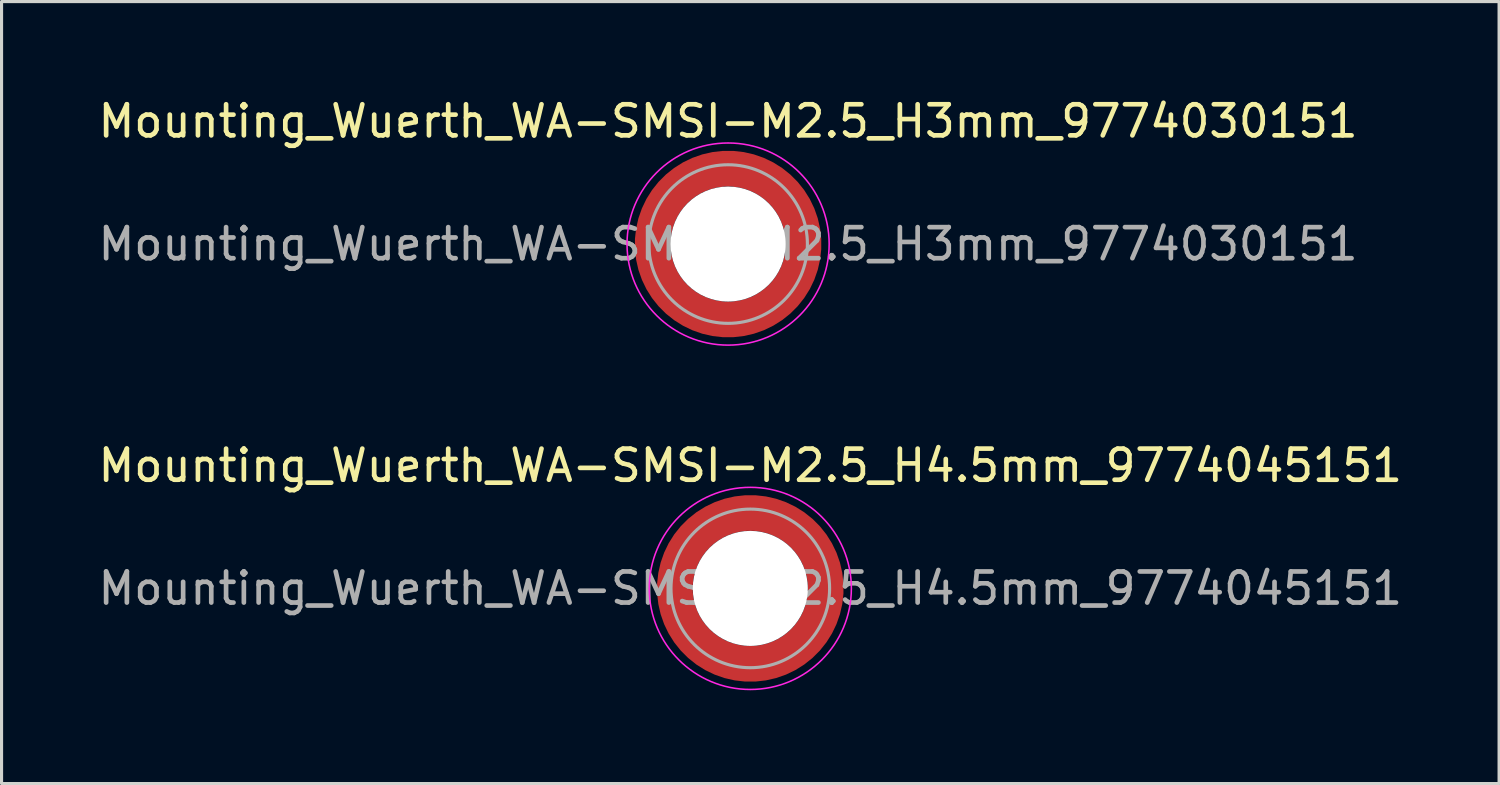
<source format=kicad_pcb>
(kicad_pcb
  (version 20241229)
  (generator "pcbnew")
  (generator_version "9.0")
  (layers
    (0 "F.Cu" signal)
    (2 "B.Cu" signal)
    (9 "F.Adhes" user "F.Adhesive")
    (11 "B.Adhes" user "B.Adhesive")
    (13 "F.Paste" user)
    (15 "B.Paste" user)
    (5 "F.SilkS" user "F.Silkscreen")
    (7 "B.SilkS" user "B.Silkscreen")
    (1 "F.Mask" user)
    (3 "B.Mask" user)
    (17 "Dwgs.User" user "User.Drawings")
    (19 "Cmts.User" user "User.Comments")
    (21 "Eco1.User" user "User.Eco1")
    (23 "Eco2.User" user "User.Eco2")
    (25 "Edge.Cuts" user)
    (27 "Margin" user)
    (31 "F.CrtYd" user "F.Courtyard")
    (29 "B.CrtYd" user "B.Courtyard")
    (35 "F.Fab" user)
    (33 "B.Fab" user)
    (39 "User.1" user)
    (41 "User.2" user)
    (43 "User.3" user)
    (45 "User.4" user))
  (footprint "Mounting_Wuerth_WA-SMSI-M2.5_H3mm_9774030151"
    (layer "F.Cu")
    (at 20.363 4.798)
    (property "Reference" "Mounting_Wuerth_WA-SMSI-M2.5_H3mm_9774030151" (at 0 -3.95 0) (layer "F.SilkS") (effects (font (size 1 1) (thickness 0.15))))
    (attr smd allow_soldermask_bridges)
    (fp_circle (center 0 0) (end 3.25 0) (stroke (width 0.05) (type solid)) (fill no) (layer "F.CrtYd"))
    (fp_circle (center 0 0) (end 2.55 0) (stroke (width 0.1) (type solid)) (fill no) (layer "F.Fab"))
    (fp_text user "${REFERENCE}" (at 0 0 0) (layer "F.Fab") (effects (font (size 1 1) (thickness 0.15))))
    (pad "" smd custom (at -1.704 -1.704) (size 0.51 0.51) (layers "F.Paste") (options (anchor circle)) (primitives (gr_arc (start -0.250195 1.279127) (mid 0.289914 0.289914) (end 1.279127 -0.250195) (width 0.2)) (gr_arc (start -0.34334 1.279127) (mid 0.225488 0.225488) (end 1.279127 -0.34334) (width 0.2)) (gr_arc (start -0.436309 1.279127) (mid 0.161063 0.161063) (end 1.279127 -0.436309) (width 0.2)) (gr_arc (start -0.529126 1.279127) (mid 0.096638 0.096638) (end 1.279127 -0.529126) (width 0.2)) (gr_arc (start -0.621807 1.279127) (mid 0.032213 0.032213) (end 1.279127 -0.621807) (width 0.2)) (gr_arc (start -0.71437 1.279127) (mid -0.032213 -0.032213) (end 1.279127 -0.71437) (width 0.2)) (gr_arc (start -0.806826 1.279127) (mid -0.096638 -0.096638) (end 1.279127 -0.806826) (width 0.2)) (gr_arc (start -0.899187 1.279127) (mid -0.161063 -0.161063) (end 1.279127 -0.899187) (width 0.2)) (gr_arc (start -0.991463 1.279127) (mid -0.225488 -0.225488) (end 1.279127 -0.991463) (width 0.2)) (gr_arc (start -1.083663 1.279127) (mid -0.289914 -0.289914) (end 1.279127 -1.083663) (width 0.2)) (gr_line (start 1.279 -0.25) (end 1.279 -1.084) (width 0.2)) (gr_line (start -0.25 1.279) (end -1.084 1.279) (width 0.2))))
    (pad "" smd custom (at -1.704 1.704) (size 0.51 0.51) (layers "F.Paste") (options (anchor circle)) (primitives (gr_arc (start 1.279127 0.250195) (mid 0.289914 -0.289914) (end -0.250195 -1.279127) (width 0.2)) (gr_arc (start 1.279127 0.34334) (mid 0.225488 -0.225488) (end -0.34334 -1.279127) (width 0.2)) (gr_arc (start 1.279127 0.436309) (mid 0.161063 -0.161063) (end -0.436309 -1.279127) (width 0.2)) (gr_arc (start 1.279127 0.529126) (mid 0.096638 -0.096638) (end -0.529126 -1.279127) (width 0.2)) (gr_arc (start 1.279127 0.621807) (mid 0.032213 -0.032213) (end -0.621807 -1.279127) (width 0.2)) (gr_arc (start 1.279127 0.71437) (mid -0.032213 0.032213) (end -0.71437 -1.279127) (width 0.2)) (gr_arc (start 1.279127 0.806826) (mid -0.096638 0.096638) (end -0.806826 -1.279127) (width 0.2)) (gr_arc (start 1.279127 0.899187) (mid -0.161063 0.161063) (end -0.899187 -1.279127) (width 0.2)) (gr_arc (start 1.279127 0.991463) (mid -0.225488 0.225488) (end -0.991463 -1.279127) (width 0.2)) (gr_arc (start 1.279127 1.083663) (mid -0.289914 0.289914) (end -1.083663 -1.279127) (width 0.2)) (gr_line (start -0.25 -1.279) (end -1.084 -1.279) (width 0.2)) (gr_line (start 1.279 0.25) (end 1.279 1.084) (width 0.2))))
    (pad "" np_thru_hole circle (at 0 0) (size 3.7 3.7) (drill 3.7) (layers "*.Cu" "*.Mask"))
    (pad "" smd custom (at 1.704 -1.704) (size 0.51 0.51) (layers "F.Paste") (options (anchor circle)) (primitives (gr_arc (start -1.279127 -0.250195) (mid -0.289914 0.289914) (end 0.250195 1.279127) (width 0.2)) (gr_arc (start -1.279127 -0.34334) (mid -0.225488 0.225488) (end 0.34334 1.279127) (width 0.2)) (gr_arc (start -1.279127 -0.436309) (mid -0.161063 0.161063) (end 0.436309 1.279127) (width 0.2)) (gr_arc (start -1.279127 -0.529126) (mid -0.096638 0.096638) (end 0.529126 1.279127) (width 0.2)) (gr_arc (start -1.279127 -0.621807) (mid -0.032213 0.032213) (end 0.621807 1.279127) (width 0.2)) (gr_arc (start -1.279127 -0.71437) (mid 0.032213 -0.032213) (end 0.71437 1.279127) (width 0.2)) (gr_arc (start -1.279127 -0.806826) (mid 0.096638 -0.096638) (end 0.806826 1.279127) (width 0.2)) (gr_arc (start -1.279127 -0.899187) (mid 0.161063 -0.161063) (end 0.899187 1.279127) (width 0.2)) (gr_arc (start -1.279127 -0.991463) (mid 0.225488 -0.225488) (end 0.991463 1.279127) (width 0.2)) (gr_arc (start -1.279127 -1.083663) (mid 0.289914 -0.289914) (end 1.083663 1.279127) (width 0.2)) (gr_line (start 0.25 1.279) (end 1.084 1.279) (width 0.2)) (gr_line (start -1.279 -0.25) (end -1.279 -1.084) (width 0.2))))
    (pad "" smd custom (at 1.704 1.704) (size 0.51 0.51) (layers "F.Paste") (options (anchor circle)) (primitives (gr_arc (start 0.250195 -1.279127) (mid -0.289914 -0.289914) (end -1.279127 0.250195) (width 0.2)) (gr_arc (start 0.34334 -1.279127) (mid -0.225488 -0.225488) (end -1.279127 0.34334) (width 0.2)) (gr_arc (start 0.436309 -1.279127) (mid -0.161063 -0.161063) (end -1.279127 0.436309) (width 0.2)) (gr_arc (start 0.529126 -1.279127) (mid -0.096638 -0.096638) (end -1.279127 0.529126) (width 0.2)) (gr_arc (start 0.621807 -1.279127) (mid -0.032213 -0.032213) (end -1.279127 0.621807) (width 0.2)) (gr_arc (start 0.71437 -1.279127) (mid 0.032213 0.032213) (end -1.279127 0.71437) (width 0.2)) (gr_arc (start 0.806826 -1.279127) (mid 0.096638 0.096638) (end -1.279127 0.806826) (width 0.2)) (gr_arc (start 0.899187 -1.279127) (mid 0.161063 0.161063) (end -1.279127 0.899187) (width 0.2)) (gr_arc (start 0.991463 -1.279127) (mid 0.225488 0.225488) (end -1.279127 0.991463) (width 0.2)) (gr_arc (start 1.083663 -1.279127) (mid 0.289914 0.289914) (end -1.279127 1.083663) (width 0.2)) (gr_line (start -1.279 0.25) (end -1.279 1.084) (width 0.2)) (gr_line (start 0.25 -1.279) (end 1.084 -1.279) (width 0.2))))
    (pad "1" smd circle (at -2.425 0) (size 0.642 0.642) (layers "F.Cu"))
    (pad "1" smd circle (at 0 -2.425) (size 0.642 0.642) (layers "F.Cu"))
    (pad "1" smd circle (at 0 2.425) (size 0.642 0.642) (layers "F.Cu"))
    (pad "1" smd custom (at 2.425 0) (size 1.15 1.15) (layers "F.Cu" "F.Mask") (options (anchor circle)) (primitives (gr_circle (center -2.425 0) (end 0 0) (width 1.15) (fill no)))))
  (footprint "Mounting_Wuerth_WA-SMSI-M2.5_H4.5mm_9774045151"
    (layer "F.Cu")
    (at 21.077 15.871)
    (property "Reference" "Mounting_Wuerth_WA-SMSI-M2.5_H4.5mm_9774045151" (at 0 -3.95 0) (layer "F.SilkS") (effects (font (size 1 1) (thickness 0.15))))
    (attr smd allow_soldermask_bridges)
    (fp_circle (center 0 0) (end 3.25 0) (stroke (width 0.05) (type solid)) (fill no) (layer "F.CrtYd"))
    (fp_circle (center 0 0) (end 2.55 0) (stroke (width 0.1) (type solid)) (fill no) (layer "F.Fab"))
    (fp_text user "${REFERENCE}" (at 0 0 0) (layer "F.Fab") (effects (font (size 1 1) (thickness 0.15))))
    (pad "" smd custom (at -1.704 -1.704) (size 0.51 0.51) (layers "F.Paste") (options (anchor circle)) (primitives (gr_arc (start -0.250195 1.279127) (mid 0.289914 0.289914) (end 1.279127 -0.250195) (width 0.2)) (gr_arc (start -0.34334 1.279127) (mid 0.225488 0.225488) (end 1.279127 -0.34334) (width 0.2)) (gr_arc (start -0.436309 1.279127) (mid 0.161063 0.161063) (end 1.279127 -0.436309) (width 0.2)) (gr_arc (start -0.529126 1.279127) (mid 0.096638 0.096638) (end 1.279127 -0.529126) (width 0.2)) (gr_arc (start -0.621807 1.279127) (mid 0.032213 0.032213) (end 1.279127 -0.621807) (width 0.2)) (gr_arc (start -0.71437 1.279127) (mid -0.032213 -0.032213) (end 1.279127 -0.71437) (width 0.2)) (gr_arc (start -0.806826 1.279127) (mid -0.096638 -0.096638) (end 1.279127 -0.806826) (width 0.2)) (gr_arc (start -0.899187 1.279127) (mid -0.161063 -0.161063) (end 1.279127 -0.899187) (width 0.2)) (gr_arc (start -0.991463 1.279127) (mid -0.225488 -0.225488) (end 1.279127 -0.991463) (width 0.2)) (gr_arc (start -1.083663 1.279127) (mid -0.289914 -0.289914) (end 1.279127 -1.083663) (width 0.2)) (gr_line (start 1.279 -0.25) (end 1.279 -1.084) (width 0.2)) (gr_line (start -0.25 1.279) (end -1.084 1.279) (width 0.2))))
    (pad "" smd custom (at -1.704 1.704) (size 0.51 0.51) (layers "F.Paste") (options (anchor circle)) (primitives (gr_arc (start 1.279127 0.250195) (mid 0.289914 -0.289914) (end -0.250195 -1.279127) (width 0.2)) (gr_arc (start 1.279127 0.34334) (mid 0.225488 -0.225488) (end -0.34334 -1.279127) (width 0.2)) (gr_arc (start 1.279127 0.436309) (mid 0.161063 -0.161063) (end -0.436309 -1.279127) (width 0.2)) (gr_arc (start 1.279127 0.529126) (mid 0.096638 -0.096638) (end -0.529126 -1.279127) (width 0.2)) (gr_arc (start 1.279127 0.621807) (mid 0.032213 -0.032213) (end -0.621807 -1.279127) (width 0.2)) (gr_arc (start 1.279127 0.71437) (mid -0.032213 0.032213) (end -0.71437 -1.279127) (width 0.2)) (gr_arc (start 1.279127 0.806826) (mid -0.096638 0.096638) (end -0.806826 -1.279127) (width 0.2)) (gr_arc (start 1.279127 0.899187) (mid -0.161063 0.161063) (end -0.899187 -1.279127) (width 0.2)) (gr_arc (start 1.279127 0.991463) (mid -0.225488 0.225488) (end -0.991463 -1.279127) (width 0.2)) (gr_arc (start 1.279127 1.083663) (mid -0.289914 0.289914) (end -1.083663 -1.279127) (width 0.2)) (gr_line (start -0.25 -1.279) (end -1.084 -1.279) (width 0.2)) (gr_line (start 1.279 0.25) (end 1.279 1.084) (width 0.2))))
    (pad "" np_thru_hole circle (at 0 0) (size 3.7 3.7) (drill 3.7) (layers "*.Cu" "*.Mask"))
    (pad "" smd custom (at 1.704 -1.704) (size 0.51 0.51) (layers "F.Paste") (options (anchor circle)) (primitives (gr_arc (start -1.279127 -0.250195) (mid -0.289914 0.289914) (end 0.250195 1.279127) (width 0.2)) (gr_arc (start -1.279127 -0.34334) (mid -0.225488 0.225488) (end 0.34334 1.279127) (width 0.2)) (gr_arc (start -1.279127 -0.436309) (mid -0.161063 0.161063) (end 0.436309 1.279127) (width 0.2)) (gr_arc (start -1.279127 -0.529126) (mid -0.096638 0.096638) (end 0.529126 1.279127) (width 0.2)) (gr_arc (start -1.279127 -0.621807) (mid -0.032213 0.032213) (end 0.621807 1.279127) (width 0.2)) (gr_arc (start -1.279127 -0.71437) (mid 0.032213 -0.032213) (end 0.71437 1.279127) (width 0.2)) (gr_arc (start -1.279127 -0.806826) (mid 0.096638 -0.096638) (end 0.806826 1.279127) (width 0.2)) (gr_arc (start -1.279127 -0.899187) (mid 0.161063 -0.161063) (end 0.899187 1.279127) (width 0.2)) (gr_arc (start -1.279127 -0.991463) (mid 0.225488 -0.225488) (end 0.991463 1.279127) (width 0.2)) (gr_arc (start -1.279127 -1.083663) (mid 0.289914 -0.289914) (end 1.083663 1.279127) (width 0.2)) (gr_line (start 0.25 1.279) (end 1.084 1.279) (width 0.2)) (gr_line (start -1.279 -0.25) (end -1.279 -1.084) (width 0.2))))
    (pad "" smd custom (at 1.704 1.704) (size 0.51 0.51) (layers "F.Paste") (options (anchor circle)) (primitives (gr_arc (start 0.250195 -1.279127) (mid -0.289914 -0.289914) (end -1.279127 0.250195) (width 0.2)) (gr_arc (start 0.34334 -1.279127) (mid -0.225488 -0.225488) (end -1.279127 0.34334) (width 0.2)) (gr_arc (start 0.436309 -1.279127) (mid -0.161063 -0.161063) (end -1.279127 0.436309) (width 0.2)) (gr_arc (start 0.529126 -1.279127) (mid -0.096638 -0.096638) (end -1.279127 0.529126) (width 0.2)) (gr_arc (start 0.621807 -1.279127) (mid -0.032213 -0.032213) (end -1.279127 0.621807) (width 0.2)) (gr_arc (start 0.71437 -1.279127) (mid 0.032213 0.032213) (end -1.279127 0.71437) (width 0.2)) (gr_arc (start 0.806826 -1.279127) (mid 0.096638 0.096638) (end -1.279127 0.806826) (width 0.2)) (gr_arc (start 0.899187 -1.279127) (mid 0.161063 0.161063) (end -1.279127 0.899187) (width 0.2)) (gr_arc (start 0.991463 -1.279127) (mid 0.225488 0.225488) (end -1.279127 0.991463) (width 0.2)) (gr_arc (start 1.083663 -1.279127) (mid 0.289914 0.289914) (end -1.279127 1.083663) (width 0.2)) (gr_line (start -1.279 0.25) (end -1.279 1.084) (width 0.2)) (gr_line (start 0.25 -1.279) (end 1.084 -1.279) (width 0.2))))
    (pad "1" smd circle (at -2.425 0) (size 0.642 0.642) (layers "F.Cu"))
    (pad "1" smd circle (at 0 -2.425) (size 0.642 0.642) (layers "F.Cu"))
    (pad "1" smd circle (at 0 2.425) (size 0.642 0.642) (layers "F.Cu"))
    (pad "1" smd custom (at 2.425 0) (size 1.15 1.15) (layers "F.Cu" "F.Mask") (options (anchor circle)) (primitives (gr_circle (center -2.425 0) (end 0 0) (width 1.15) (fill no)))))
  (gr_rect
    (start -3 -3)
    (end 45.155 22.146)
    (stroke (width 0.1) (type default))
    (fill no)
    (layer "Edge.Cuts")))
</source>
